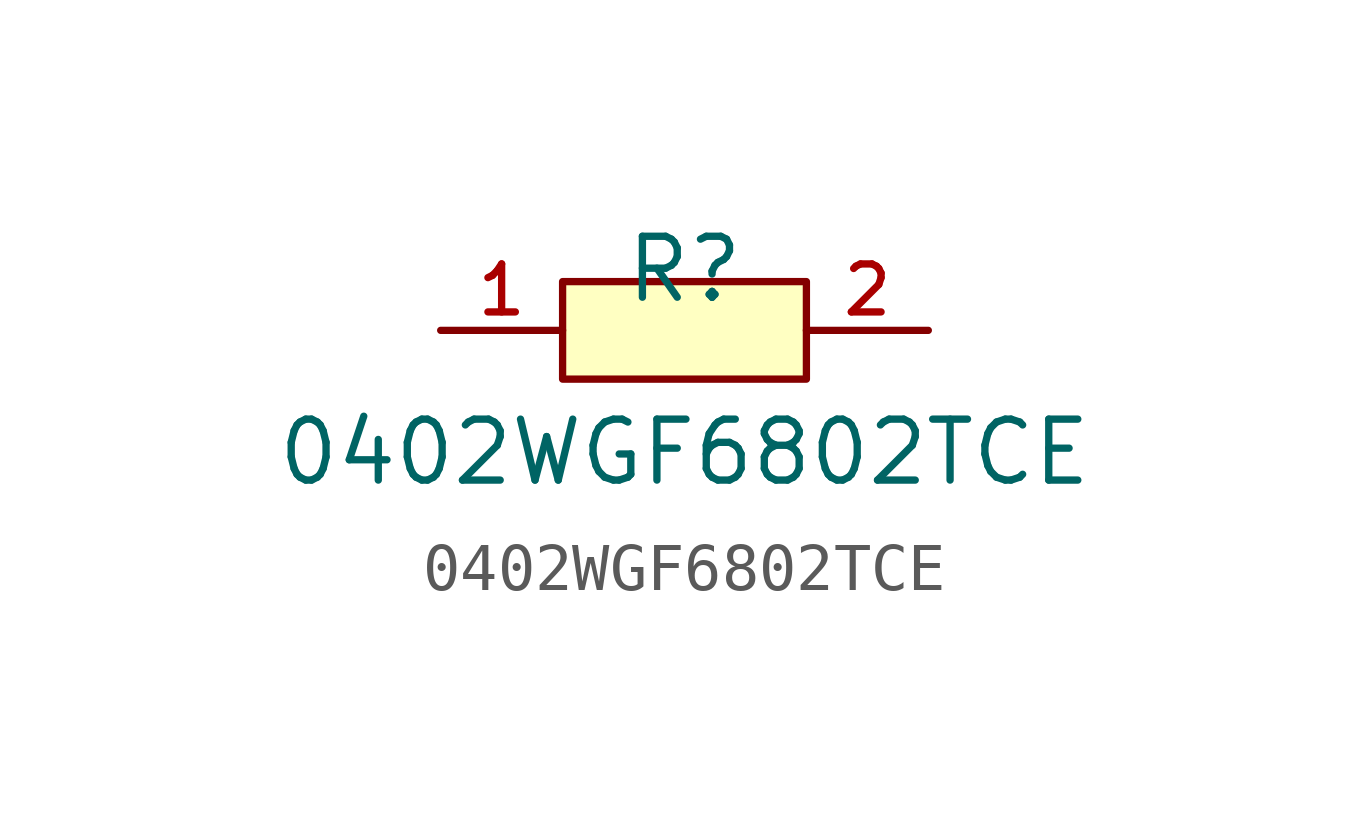
<source format=kicad_sym>
(kicad_symbol_lib
  (version 20210201)
  (generator TousstNicolas/JLC2KiCad_lib)
  (symbol "0402WGF6802TCE"
    (pin_names hide)
    (property "Reference" "R"
      (at 0 1.27 0)
      (effects (font (size 1.27 1.27))))
    (property "Value" "0402WGF6802TCE"
      (at 0 -2.54 0)
      (effects (font (size 1.27 1.27))))
    (symbol "0402WGF6802TCE_0_1"
      (pin input line (at 5.08 -0.0 180) (length 2.54) (name "2" (effects (font (size 1 1)))) (number "2" (effects (font (size 1 1)))))
      (pin input line (at -5.08 -0.0 0) (length 2.54) (name "1" (effects (font (size 1 1)))) (number "1" (effects (font (size 1 1)))))
      (rectangle (start -2.54 1.016) (end 2.54 -1.016) (stroke (width 0) (type default) (color 0 0 0 0)) (fill (type background))))))
</source>
